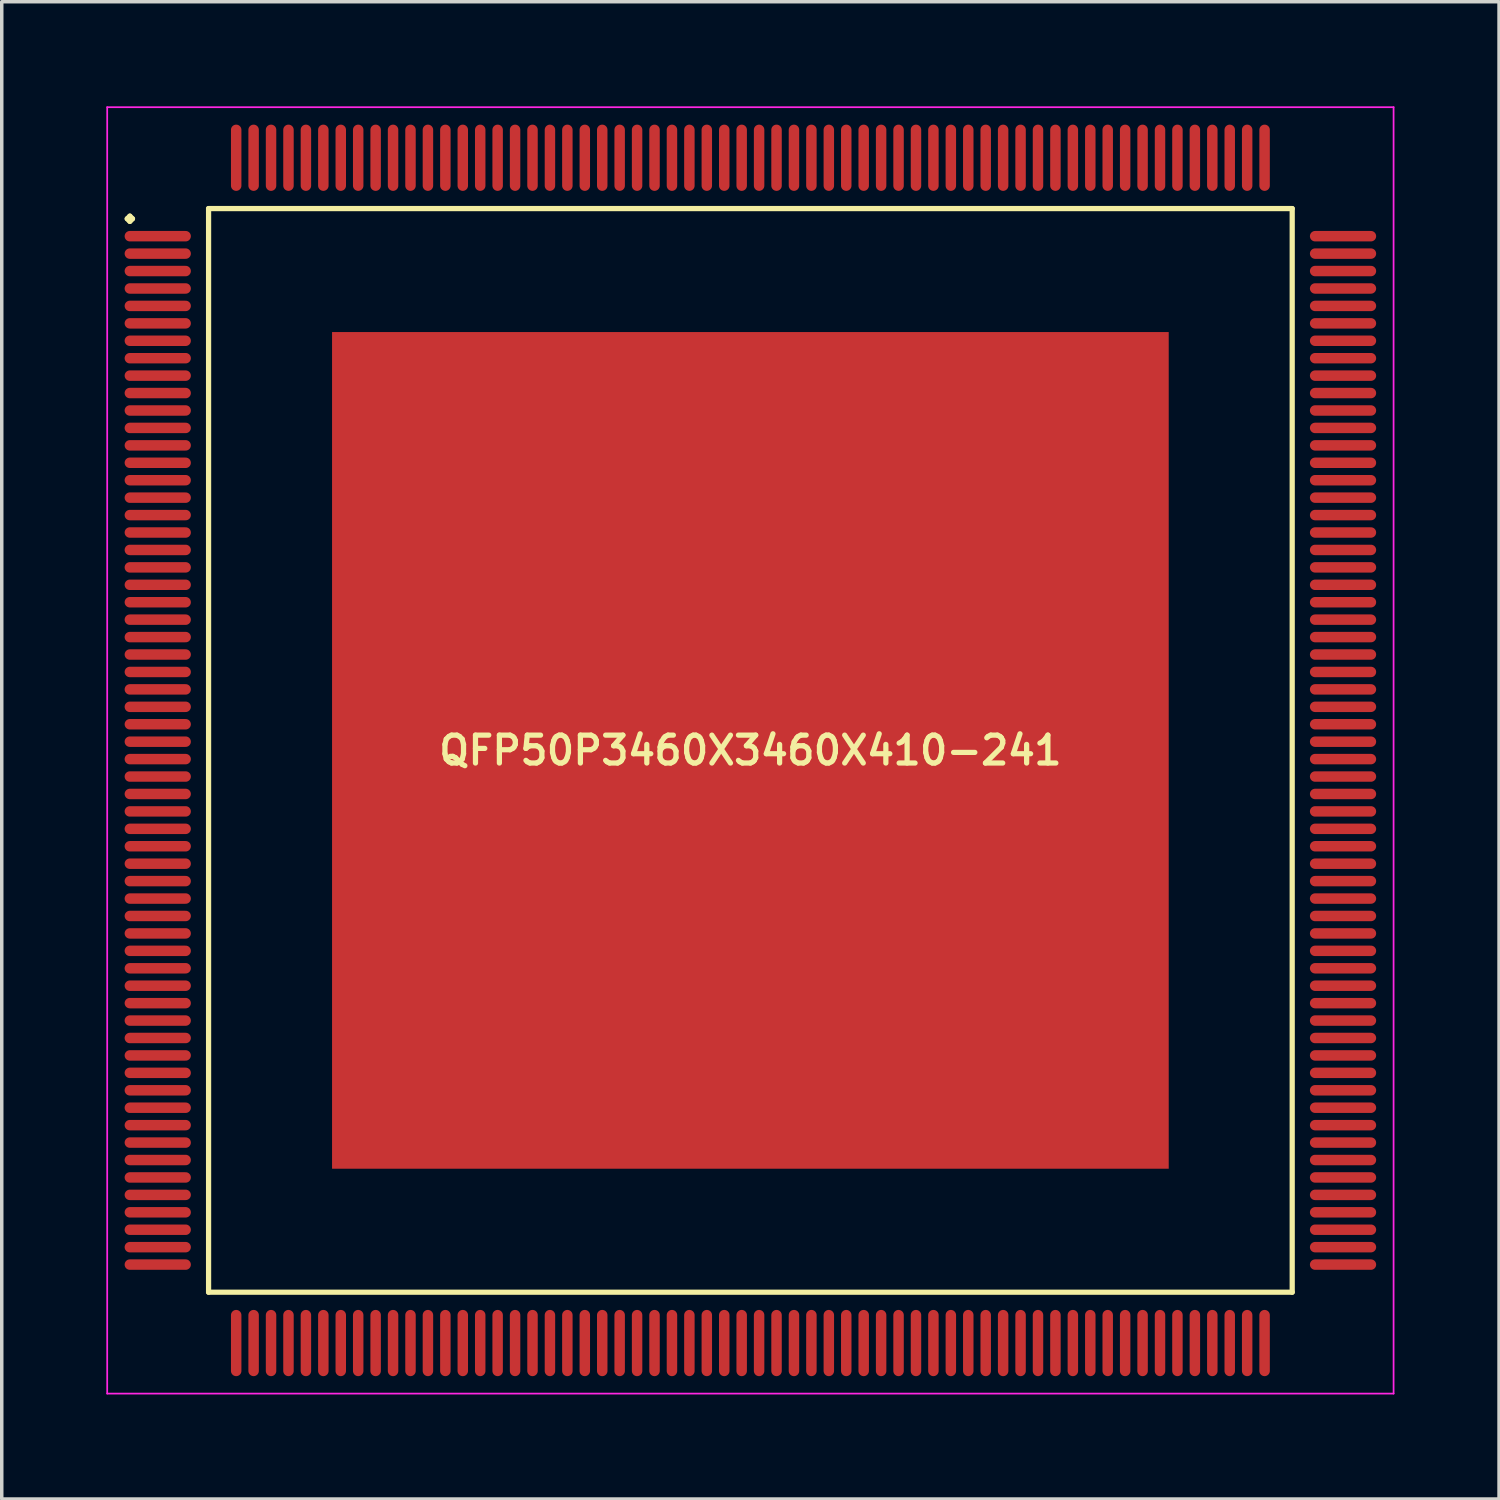
<source format=kicad_pcb>
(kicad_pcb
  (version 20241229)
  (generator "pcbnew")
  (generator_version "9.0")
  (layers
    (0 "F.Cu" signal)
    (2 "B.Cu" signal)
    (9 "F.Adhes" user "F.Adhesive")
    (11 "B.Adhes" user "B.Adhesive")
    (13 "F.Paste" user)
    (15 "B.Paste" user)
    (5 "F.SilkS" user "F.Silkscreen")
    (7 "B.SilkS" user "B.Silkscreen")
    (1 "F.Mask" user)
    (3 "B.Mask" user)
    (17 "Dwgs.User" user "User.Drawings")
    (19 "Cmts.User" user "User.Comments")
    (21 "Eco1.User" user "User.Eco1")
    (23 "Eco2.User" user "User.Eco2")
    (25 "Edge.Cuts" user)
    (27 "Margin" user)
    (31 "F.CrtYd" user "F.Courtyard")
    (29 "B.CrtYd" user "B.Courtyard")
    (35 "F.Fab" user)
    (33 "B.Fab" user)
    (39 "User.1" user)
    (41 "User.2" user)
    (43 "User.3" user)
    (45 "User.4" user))
  (footprint "QFP50P3460X3460X410-241"
    (layer "F.Cu")
    (at 18.475 18.475)
    (property "Reference" "QFP50P3460X3460X410-241" (at 0 0 0) (layer "F.SilkS") (effects (font (size 0.8 0.8) (thickness 0.15))))
    (attr smd)
    (fp_line (start -17.875 -15.25) (end -17.8 -15.325) (stroke (width 0.15) (type solid)) (layer "F.SilkS"))
    (fp_line (start -17.8 -15.325) (end -17.725 -15.25) (stroke (width 0.15) (type solid)) (layer "F.SilkS"))
    (fp_line (start -17.8 -15.175) (end -17.875 -15.25) (stroke (width 0.15) (type solid)) (layer "F.SilkS"))
    (fp_line (start -17.725 -15.25) (end -17.8 -15.175) (stroke (width 0.15) (type solid)) (layer "F.SilkS"))
    (fp_line (start -15.542 -15.542) (end -15.542 15.542) (stroke (width 0.15) (type solid)) (layer "F.SilkS"))
    (fp_line (start -15.542 15.542) (end 15.542 15.542) (stroke (width 0.15) (type solid)) (layer "F.SilkS"))
    (fp_line (start 15.542 -15.542) (end -15.542 -15.542) (stroke (width 0.15) (type solid)) (layer "F.SilkS"))
    (fp_line (start 15.542 15.542) (end 15.542 -15.542) (stroke (width 0.15) (type solid)) (layer "F.SilkS"))
    (fp_line (start -18.45 -18.45) (end 18.45 -18.45) (stroke (width 0.05) (type solid)) (layer "F.CrtYd"))
    (fp_line (start -18.45 18.45) (end -18.45 -18.45) (stroke (width 0.05) (type solid)) (layer "F.CrtYd"))
    (fp_line (start 18.45 -18.45) (end 18.45 18.45) (stroke (width 0.05) (type solid)) (layer "F.CrtYd"))
    (fp_line (start 18.45 18.45) (end -18.45 18.45) (stroke (width 0.05) (type solid)) (layer "F.CrtYd"))
    (pad "1" smd oval (at -17 -14.75) (size 1.9 0.3) (layers "F.Cu" "F.Mask" "F.Paste"))
    (pad "2" smd oval (at -17 -14.25) (size 1.9 0.3) (layers "F.Cu" "F.Mask" "F.Paste"))
    (pad "3" smd oval (at -17 -13.75) (size 1.9 0.3) (layers "F.Cu" "F.Mask" "F.Paste"))
    (pad "4" smd oval (at -17 -13.25) (size 1.9 0.3) (layers "F.Cu" "F.Mask" "F.Paste"))
    (pad "5" smd oval (at -17 -12.75) (size 1.9 0.3) (layers "F.Cu" "F.Mask" "F.Paste"))
    (pad "6" smd oval (at -17 -12.25) (size 1.9 0.3) (layers "F.Cu" "F.Mask" "F.Paste"))
    (pad "7" smd oval (at -17 -11.75) (size 1.9 0.3) (layers "F.Cu" "F.Mask" "F.Paste"))
    (pad "8" smd oval (at -17 -11.25) (size 1.9 0.3) (layers "F.Cu" "F.Mask" "F.Paste"))
    (pad "9" smd oval (at -17 -10.75) (size 1.9 0.3) (layers "F.Cu" "F.Mask" "F.Paste"))
    (pad "10" smd oval (at -17 -10.25) (size 1.9 0.3) (layers "F.Cu" "F.Mask" "F.Paste"))
    (pad "11" smd oval (at -17 -9.75) (size 1.9 0.3) (layers "F.Cu" "F.Mask" "F.Paste"))
    (pad "12" smd oval (at -17 -9.25) (size 1.9 0.3) (layers "F.Cu" "F.Mask" "F.Paste"))
    (pad "13" smd oval (at -17 -8.75) (size 1.9 0.3) (layers "F.Cu" "F.Mask" "F.Paste"))
    (pad "14" smd oval (at -17 -8.25) (size 1.9 0.3) (layers "F.Cu" "F.Mask" "F.Paste"))
    (pad "15" smd oval (at -17 -7.75) (size 1.9 0.3) (layers "F.Cu" "F.Mask" "F.Paste"))
    (pad "16" smd oval (at -17 -7.25) (size 1.9 0.3) (layers "F.Cu" "F.Mask" "F.Paste"))
    (pad "17" smd oval (at -17 -6.75) (size 1.9 0.3) (layers "F.Cu" "F.Mask" "F.Paste"))
    (pad "18" smd oval (at -17 -6.25) (size 1.9 0.3) (layers "F.Cu" "F.Mask" "F.Paste"))
    (pad "19" smd oval (at -17 -5.75) (size 1.9 0.3) (layers "F.Cu" "F.Mask" "F.Paste"))
    (pad "20" smd oval (at -17 -5.25) (size 1.9 0.3) (layers "F.Cu" "F.Mask" "F.Paste"))
    (pad "21" smd oval (at -17 -4.75) (size 1.9 0.3) (layers "F.Cu" "F.Mask" "F.Paste"))
    (pad "22" smd oval (at -17 -4.25) (size 1.9 0.3) (layers "F.Cu" "F.Mask" "F.Paste"))
    (pad "23" smd oval (at -17 -3.75) (size 1.9 0.3) (layers "F.Cu" "F.Mask" "F.Paste"))
    (pad "24" smd oval (at -17 -3.25) (size 1.9 0.3) (layers "F.Cu" "F.Mask" "F.Paste"))
    (pad "25" smd oval (at -17 -2.75) (size 1.9 0.3) (layers "F.Cu" "F.Mask" "F.Paste"))
    (pad "26" smd oval (at -17 -2.25) (size 1.9 0.3) (layers "F.Cu" "F.Mask" "F.Paste"))
    (pad "27" smd oval (at -17 -1.75) (size 1.9 0.3) (layers "F.Cu" "F.Mask" "F.Paste"))
    (pad "28" smd oval (at -17 -1.25) (size 1.9 0.3) (layers "F.Cu" "F.Mask" "F.Paste"))
    (pad "29" smd oval (at -17 -0.75) (size 1.9 0.3) (layers "F.Cu" "F.Mask" "F.Paste"))
    (pad "30" smd oval (at -17 -0.25) (size 1.9 0.3) (layers "F.Cu" "F.Mask" "F.Paste"))
    (pad "31" smd oval (at -17 0.25) (size 1.9 0.3) (layers "F.Cu" "F.Mask" "F.Paste"))
    (pad "32" smd oval (at -17 0.75) (size 1.9 0.3) (layers "F.Cu" "F.Mask" "F.Paste"))
    (pad "33" smd oval (at -17 1.25) (size 1.9 0.3) (layers "F.Cu" "F.Mask" "F.Paste"))
    (pad "34" smd oval (at -17 1.75) (size 1.9 0.3) (layers "F.Cu" "F.Mask" "F.Paste"))
    (pad "35" smd oval (at -17 2.25) (size 1.9 0.3) (layers "F.Cu" "F.Mask" "F.Paste"))
    (pad "36" smd oval (at -17 2.75) (size 1.9 0.3) (layers "F.Cu" "F.Mask" "F.Paste"))
    (pad "37" smd oval (at -17 3.25) (size 1.9 0.3) (layers "F.Cu" "F.Mask" "F.Paste"))
    (pad "38" smd oval (at -17 3.75) (size 1.9 0.3) (layers "F.Cu" "F.Mask" "F.Paste"))
    (pad "39" smd oval (at -17 4.25) (size 1.9 0.3) (layers "F.Cu" "F.Mask" "F.Paste"))
    (pad "40" smd oval (at -17 4.75) (size 1.9 0.3) (layers "F.Cu" "F.Mask" "F.Paste"))
    (pad "41" smd oval (at -17 5.25) (size 1.9 0.3) (layers "F.Cu" "F.Mask" "F.Paste"))
    (pad "42" smd oval (at -17 5.75) (size 1.9 0.3) (layers "F.Cu" "F.Mask" "F.Paste"))
    (pad "43" smd oval (at -17 6.25) (size 1.9 0.3) (layers "F.Cu" "F.Mask" "F.Paste"))
    (pad "44" smd oval (at -17 6.75) (size 1.9 0.3) (layers "F.Cu" "F.Mask" "F.Paste"))
    (pad "45" smd oval (at -17 7.25) (size 1.9 0.3) (layers "F.Cu" "F.Mask" "F.Paste"))
    (pad "46" smd oval (at -17 7.75) (size 1.9 0.3) (layers "F.Cu" "F.Mask" "F.Paste"))
    (pad "47" smd oval (at -17 8.25) (size 1.9 0.3) (layers "F.Cu" "F.Mask" "F.Paste"))
    (pad "48" smd oval (at -17 8.75) (size 1.9 0.3) (layers "F.Cu" "F.Mask" "F.Paste"))
    (pad "49" smd oval (at -17 9.25) (size 1.9 0.3) (layers "F.Cu" "F.Mask" "F.Paste"))
    (pad "50" smd oval (at -17 9.75) (size 1.9 0.3) (layers "F.Cu" "F.Mask" "F.Paste"))
    (pad "51" smd oval (at -17 10.25) (size 1.9 0.3) (layers "F.Cu" "F.Mask" "F.Paste"))
    (pad "52" smd oval (at -17 10.75) (size 1.9 0.3) (layers "F.Cu" "F.Mask" "F.Paste"))
    (pad "53" smd oval (at -17 11.25) (size 1.9 0.3) (layers "F.Cu" "F.Mask" "F.Paste"))
    (pad "54" smd oval (at -17 11.75) (size 1.9 0.3) (layers "F.Cu" "F.Mask" "F.Paste"))
    (pad "55" smd oval (at -17 12.25) (size 1.9 0.3) (layers "F.Cu" "F.Mask" "F.Paste"))
    (pad "56" smd oval (at -17 12.75) (size 1.9 0.3) (layers "F.Cu" "F.Mask" "F.Paste"))
    (pad "57" smd oval (at -17 13.25) (size 1.9 0.3) (layers "F.Cu" "F.Mask" "F.Paste"))
    (pad "58" smd oval (at -17 13.75) (size 1.9 0.3) (layers "F.Cu" "F.Mask" "F.Paste"))
    (pad "59" smd oval (at -17 14.25) (size 1.9 0.3) (layers "F.Cu" "F.Mask" "F.Paste"))
    (pad "60" smd oval (at -17 14.75) (size 1.9 0.3) (layers "F.Cu" "F.Mask" "F.Paste"))
    (pad "61" smd oval (at -14.75 17) (size 0.3 1.9) (layers "F.Cu" "F.Mask" "F.Paste"))
    (pad "62" smd oval (at -14.25 17) (size 0.3 1.9) (layers "F.Cu" "F.Mask" "F.Paste"))
    (pad "63" smd oval (at -13.75 17) (size 0.3 1.9) (layers "F.Cu" "F.Mask" "F.Paste"))
    (pad "64" smd oval (at -13.25 17) (size 0.3 1.9) (layers "F.Cu" "F.Mask" "F.Paste"))
    (pad "65" smd oval (at -12.75 17) (size 0.3 1.9) (layers "F.Cu" "F.Mask" "F.Paste"))
    (pad "66" smd oval (at -12.25 17) (size 0.3 1.9) (layers "F.Cu" "F.Mask" "F.Paste"))
    (pad "67" smd oval (at -11.75 17) (size 0.3 1.9) (layers "F.Cu" "F.Mask" "F.Paste"))
    (pad "68" smd oval (at -11.25 17) (size 0.3 1.9) (layers "F.Cu" "F.Mask" "F.Paste"))
    (pad "69" smd oval (at -10.75 17) (size 0.3 1.9) (layers "F.Cu" "F.Mask" "F.Paste"))
    (pad "70" smd oval (at -10.25 17) (size 0.3 1.9) (layers "F.Cu" "F.Mask" "F.Paste"))
    (pad "71" smd oval (at -9.75 17) (size 0.3 1.9) (layers "F.Cu" "F.Mask" "F.Paste"))
    (pad "72" smd oval (at -9.25 17) (size 0.3 1.9) (layers "F.Cu" "F.Mask" "F.Paste"))
    (pad "73" smd oval (at -8.75 17) (size 0.3 1.9) (layers "F.Cu" "F.Mask" "F.Paste"))
    (pad "74" smd oval (at -8.25 17) (size 0.3 1.9) (layers "F.Cu" "F.Mask" "F.Paste"))
    (pad "75" smd oval (at -7.75 17) (size 0.3 1.9) (layers "F.Cu" "F.Mask" "F.Paste"))
    (pad "76" smd oval (at -7.25 17) (size 0.3 1.9) (layers "F.Cu" "F.Mask" "F.Paste"))
    (pad "77" smd oval (at -6.75 17) (size 0.3 1.9) (layers "F.Cu" "F.Mask" "F.Paste"))
    (pad "78" smd oval (at -6.25 17) (size 0.3 1.9) (layers "F.Cu" "F.Mask" "F.Paste"))
    (pad "79" smd oval (at -5.75 17) (size 0.3 1.9) (layers "F.Cu" "F.Mask" "F.Paste"))
    (pad "80" smd oval (at -5.25 17) (size 0.3 1.9) (layers "F.Cu" "F.Mask" "F.Paste"))
    (pad "81" smd oval (at -4.75 17) (size 0.3 1.9) (layers "F.Cu" "F.Mask" "F.Paste"))
    (pad "82" smd oval (at -4.25 17) (size 0.3 1.9) (layers "F.Cu" "F.Mask" "F.Paste"))
    (pad "83" smd oval (at -3.75 17) (size 0.3 1.9) (layers "F.Cu" "F.Mask" "F.Paste"))
    (pad "84" smd oval (at -3.25 17) (size 0.3 1.9) (layers "F.Cu" "F.Mask" "F.Paste"))
    (pad "85" smd oval (at -2.75 17) (size 0.3 1.9) (layers "F.Cu" "F.Mask" "F.Paste"))
    (pad "86" smd oval (at -2.25 17) (size 0.3 1.9) (layers "F.Cu" "F.Mask" "F.Paste"))
    (pad "87" smd oval (at -1.75 17) (size 0.3 1.9) (layers "F.Cu" "F.Mask" "F.Paste"))
    (pad "88" smd oval (at -1.25 17) (size 0.3 1.9) (layers "F.Cu" "F.Mask" "F.Paste"))
    (pad "89" smd oval (at -0.75 17) (size 0.3 1.9) (layers "F.Cu" "F.Mask" "F.Paste"))
    (pad "90" smd oval (at -0.25 17) (size 0.3 1.9) (layers "F.Cu" "F.Mask" "F.Paste"))
    (pad "91" smd oval (at 0.25 17) (size 0.3 1.9) (layers "F.Cu" "F.Mask" "F.Paste"))
    (pad "92" smd oval (at 0.75 17) (size 0.3 1.9) (layers "F.Cu" "F.Mask" "F.Paste"))
    (pad "93" smd oval (at 1.25 17) (size 0.3 1.9) (layers "F.Cu" "F.Mask" "F.Paste"))
    (pad "94" smd oval (at 1.75 17) (size 0.3 1.9) (layers "F.Cu" "F.Mask" "F.Paste"))
    (pad "95" smd oval (at 2.25 17) (size 0.3 1.9) (layers "F.Cu" "F.Mask" "F.Paste"))
    (pad "96" smd oval (at 2.75 17) (size 0.3 1.9) (layers "F.Cu" "F.Mask" "F.Paste"))
    (pad "97" smd oval (at 3.25 17) (size 0.3 1.9) (layers "F.Cu" "F.Mask" "F.Paste"))
    (pad "98" smd oval (at 3.75 17) (size 0.3 1.9) (layers "F.Cu" "F.Mask" "F.Paste"))
    (pad "99" smd oval (at 4.25 17) (size 0.3 1.9) (layers "F.Cu" "F.Mask" "F.Paste"))
    (pad "100" smd oval (at 4.75 17) (size 0.3 1.9) (layers "F.Cu" "F.Mask" "F.Paste"))
    (pad "101" smd oval (at 5.25 17) (size 0.3 1.9) (layers "F.Cu" "F.Mask" "F.Paste"))
    (pad "102" smd oval (at 5.75 17) (size 0.3 1.9) (layers "F.Cu" "F.Mask" "F.Paste"))
    (pad "103" smd oval (at 6.25 17) (size 0.3 1.9) (layers "F.Cu" "F.Mask" "F.Paste"))
    (pad "104" smd oval (at 6.75 17) (size 0.3 1.9) (layers "F.Cu" "F.Mask" "F.Paste"))
    (pad "105" smd oval (at 7.25 17) (size 0.3 1.9) (layers "F.Cu" "F.Mask" "F.Paste"))
    (pad "106" smd oval (at 7.75 17) (size 0.3 1.9) (layers "F.Cu" "F.Mask" "F.Paste"))
    (pad "107" smd oval (at 8.25 17) (size 0.3 1.9) (layers "F.Cu" "F.Mask" "F.Paste"))
    (pad "108" smd oval (at 8.75 17) (size 0.3 1.9) (layers "F.Cu" "F.Mask" "F.Paste"))
    (pad "109" smd oval (at 9.25 17) (size 0.3 1.9) (layers "F.Cu" "F.Mask" "F.Paste"))
    (pad "110" smd oval (at 9.75 17) (size 0.3 1.9) (layers "F.Cu" "F.Mask" "F.Paste"))
    (pad "111" smd oval (at 10.25 17) (size 0.3 1.9) (layers "F.Cu" "F.Mask" "F.Paste"))
    (pad "112" smd oval (at 10.75 17) (size 0.3 1.9) (layers "F.Cu" "F.Mask" "F.Paste"))
    (pad "113" smd oval (at 11.25 17) (size 0.3 1.9) (layers "F.Cu" "F.Mask" "F.Paste"))
    (pad "114" smd oval (at 11.75 17) (size 0.3 1.9) (layers "F.Cu" "F.Mask" "F.Paste"))
    (pad "115" smd oval (at 12.25 17) (size 0.3 1.9) (layers "F.Cu" "F.Mask" "F.Paste"))
    (pad "116" smd oval (at 12.75 17) (size 0.3 1.9) (layers "F.Cu" "F.Mask" "F.Paste"))
    (pad "117" smd oval (at 13.25 17) (size 0.3 1.9) (layers "F.Cu" "F.Mask" "F.Paste"))
    (pad "118" smd oval (at 13.75 17) (size 0.3 1.9) (layers "F.Cu" "F.Mask" "F.Paste"))
    (pad "119" smd oval (at 14.25 17) (size 0.3 1.9) (layers "F.Cu" "F.Mask" "F.Paste"))
    (pad "120" smd oval (at 14.75 17) (size 0.3 1.9) (layers "F.Cu" "F.Mask" "F.Paste"))
    (pad "121" smd oval (at 17 14.75) (size 1.9 0.3) (layers "F.Cu" "F.Mask" "F.Paste"))
    (pad "122" smd oval (at 17 14.25) (size 1.9 0.3) (layers "F.Cu" "F.Mask" "F.Paste"))
    (pad "123" smd oval (at 17 13.75) (size 1.9 0.3) (layers "F.Cu" "F.Mask" "F.Paste"))
    (pad "124" smd oval (at 17 13.25) (size 1.9 0.3) (layers "F.Cu" "F.Mask" "F.Paste"))
    (pad "125" smd oval (at 17 12.75) (size 1.9 0.3) (layers "F.Cu" "F.Mask" "F.Paste"))
    (pad "126" smd oval (at 17 12.25) (size 1.9 0.3) (layers "F.Cu" "F.Mask" "F.Paste"))
    (pad "127" smd oval (at 17 11.75) (size 1.9 0.3) (layers "F.Cu" "F.Mask" "F.Paste"))
    (pad "128" smd oval (at 17 11.25) (size 1.9 0.3) (layers "F.Cu" "F.Mask" "F.Paste"))
    (pad "129" smd oval (at 17 10.75) (size 1.9 0.3) (layers "F.Cu" "F.Mask" "F.Paste"))
    (pad "130" smd oval (at 17 10.25) (size 1.9 0.3) (layers "F.Cu" "F.Mask" "F.Paste"))
    (pad "131" smd oval (at 17 9.75) (size 1.9 0.3) (layers "F.Cu" "F.Mask" "F.Paste"))
    (pad "132" smd oval (at 17 9.25) (size 1.9 0.3) (layers "F.Cu" "F.Mask" "F.Paste"))
    (pad "133" smd oval (at 17 8.75) (size 1.9 0.3) (layers "F.Cu" "F.Mask" "F.Paste"))
    (pad "134" smd oval (at 17 8.25) (size 1.9 0.3) (layers "F.Cu" "F.Mask" "F.Paste"))
    (pad "135" smd oval (at 17 7.75) (size 1.9 0.3) (layers "F.Cu" "F.Mask" "F.Paste"))
    (pad "136" smd oval (at 17 7.25) (size 1.9 0.3) (layers "F.Cu" "F.Mask" "F.Paste"))
    (pad "137" smd oval (at 17 6.75) (size 1.9 0.3) (layers "F.Cu" "F.Mask" "F.Paste"))
    (pad "138" smd oval (at 17 6.25) (size 1.9 0.3) (layers "F.Cu" "F.Mask" "F.Paste"))
    (pad "139" smd oval (at 17 5.75) (size 1.9 0.3) (layers "F.Cu" "F.Mask" "F.Paste"))
    (pad "140" smd oval (at 17 5.25) (size 1.9 0.3) (layers "F.Cu" "F.Mask" "F.Paste"))
    (pad "141" smd oval (at 17 4.75) (size 1.9 0.3) (layers "F.Cu" "F.Mask" "F.Paste"))
    (pad "142" smd oval (at 17 4.25) (size 1.9 0.3) (layers "F.Cu" "F.Mask" "F.Paste"))
    (pad "143" smd oval (at 17 3.75) (size 1.9 0.3) (layers "F.Cu" "F.Mask" "F.Paste"))
    (pad "144" smd oval (at 17 3.25) (size 1.9 0.3) (layers "F.Cu" "F.Mask" "F.Paste"))
    (pad "145" smd oval (at 17 2.75) (size 1.9 0.3) (layers "F.Cu" "F.Mask" "F.Paste"))
    (pad "146" smd oval (at 17 2.25) (size 1.9 0.3) (layers "F.Cu" "F.Mask" "F.Paste"))
    (pad "147" smd oval (at 17 1.75) (size 1.9 0.3) (layers "F.Cu" "F.Mask" "F.Paste"))
    (pad "148" smd oval (at 17 1.25) (size 1.9 0.3) (layers "F.Cu" "F.Mask" "F.Paste"))
    (pad "149" smd oval (at 17 0.75) (size 1.9 0.3) (layers "F.Cu" "F.Mask" "F.Paste"))
    (pad "150" smd oval (at 17 0.25) (size 1.9 0.3) (layers "F.Cu" "F.Mask" "F.Paste"))
    (pad "151" smd oval (at 17 -0.25) (size 1.9 0.3) (layers "F.Cu" "F.Mask" "F.Paste"))
    (pad "152" smd oval (at 17 -0.75) (size 1.9 0.3) (layers "F.Cu" "F.Mask" "F.Paste"))
    (pad "153" smd oval (at 17 -1.25) (size 1.9 0.3) (layers "F.Cu" "F.Mask" "F.Paste"))
    (pad "154" smd oval (at 17 -1.75) (size 1.9 0.3) (layers "F.Cu" "F.Mask" "F.Paste"))
    (pad "155" smd oval (at 17 -2.25) (size 1.9 0.3) (layers "F.Cu" "F.Mask" "F.Paste"))
    (pad "156" smd oval (at 17 -2.75) (size 1.9 0.3) (layers "F.Cu" "F.Mask" "F.Paste"))
    (pad "157" smd oval (at 17 -3.25) (size 1.9 0.3) (layers "F.Cu" "F.Mask" "F.Paste"))
    (pad "158" smd oval (at 17 -3.75) (size 1.9 0.3) (layers "F.Cu" "F.Mask" "F.Paste"))
    (pad "159" smd oval (at 17 -4.25) (size 1.9 0.3) (layers "F.Cu" "F.Mask" "F.Paste"))
    (pad "160" smd oval (at 17 -4.75) (size 1.9 0.3) (layers "F.Cu" "F.Mask" "F.Paste"))
    (pad "161" smd oval (at 17 -5.25) (size 1.9 0.3) (layers "F.Cu" "F.Mask" "F.Paste"))
    (pad "162" smd oval (at 17 -5.75) (size 1.9 0.3) (layers "F.Cu" "F.Mask" "F.Paste"))
    (pad "163" smd oval (at 17 -6.25) (size 1.9 0.3) (layers "F.Cu" "F.Mask" "F.Paste"))
    (pad "164" smd oval (at 17 -6.75) (size 1.9 0.3) (layers "F.Cu" "F.Mask" "F.Paste"))
    (pad "165" smd oval (at 17 -7.25) (size 1.9 0.3) (layers "F.Cu" "F.Mask" "F.Paste"))
    (pad "166" smd oval (at 17 -7.75) (size 1.9 0.3) (layers "F.Cu" "F.Mask" "F.Paste"))
    (pad "167" smd oval (at 17 -8.25) (size 1.9 0.3) (layers "F.Cu" "F.Mask" "F.Paste"))
    (pad "168" smd oval (at 17 -8.75) (size 1.9 0.3) (layers "F.Cu" "F.Mask" "F.Paste"))
    (pad "169" smd oval (at 17 -9.25) (size 1.9 0.3) (layers "F.Cu" "F.Mask" "F.Paste"))
    (pad "170" smd oval (at 17 -9.75) (size 1.9 0.3) (layers "F.Cu" "F.Mask" "F.Paste"))
    (pad "171" smd oval (at 17 -10.25) (size 1.9 0.3) (layers "F.Cu" "F.Mask" "F.Paste"))
    (pad "172" smd oval (at 17 -10.75) (size 1.9 0.3) (layers "F.Cu" "F.Mask" "F.Paste"))
    (pad "173" smd oval (at 17 -11.25) (size 1.9 0.3) (layers "F.Cu" "F.Mask" "F.Paste"))
    (pad "174" smd oval (at 17 -11.75) (size 1.9 0.3) (layers "F.Cu" "F.Mask" "F.Paste"))
    (pad "175" smd oval (at 17 -12.25) (size 1.9 0.3) (layers "F.Cu" "F.Mask" "F.Paste"))
    (pad "176" smd oval (at 17 -12.75) (size 1.9 0.3) (layers "F.Cu" "F.Mask" "F.Paste"))
    (pad "177" smd oval (at 17 -13.25) (size 1.9 0.3) (layers "F.Cu" "F.Mask" "F.Paste"))
    (pad "178" smd oval (at 17 -13.75) (size 1.9 0.3) (layers "F.Cu" "F.Mask" "F.Paste"))
    (pad "179" smd oval (at 17 -14.25) (size 1.9 0.3) (layers "F.Cu" "F.Mask" "F.Paste"))
    (pad "180" smd oval (at 17 -14.75) (size 1.9 0.3) (layers "F.Cu" "F.Mask" "F.Paste"))
    (pad "181" smd oval (at 14.75 -17) (size 0.3 1.9) (layers "F.Cu" "F.Mask" "F.Paste"))
    (pad "182" smd oval (at 14.25 -17) (size 0.3 1.9) (layers "F.Cu" "F.Mask" "F.Paste"))
    (pad "183" smd oval (at 13.75 -17) (size 0.3 1.9) (layers "F.Cu" "F.Mask" "F.Paste"))
    (pad "184" smd oval (at 13.25 -17) (size 0.3 1.9) (layers "F.Cu" "F.Mask" "F.Paste"))
    (pad "185" smd oval (at 12.75 -17) (size 0.3 1.9) (layers "F.Cu" "F.Mask" "F.Paste"))
    (pad "186" smd oval (at 12.25 -17) (size 0.3 1.9) (layers "F.Cu" "F.Mask" "F.Paste"))
    (pad "187" smd oval (at 11.75 -17) (size 0.3 1.9) (layers "F.Cu" "F.Mask" "F.Paste"))
    (pad "188" smd oval (at 11.25 -17) (size 0.3 1.9) (layers "F.Cu" "F.Mask" "F.Paste"))
    (pad "189" smd oval (at 10.75 -17) (size 0.3 1.9) (layers "F.Cu" "F.Mask" "F.Paste"))
    (pad "190" smd oval (at 10.25 -17) (size 0.3 1.9) (layers "F.Cu" "F.Mask" "F.Paste"))
    (pad "191" smd oval (at 9.75 -17) (size 0.3 1.9) (layers "F.Cu" "F.Mask" "F.Paste"))
    (pad "192" smd oval (at 9.25 -17) (size 0.3 1.9) (layers "F.Cu" "F.Mask" "F.Paste"))
    (pad "193" smd oval (at 8.75 -17) (size 0.3 1.9) (layers "F.Cu" "F.Mask" "F.Paste"))
    (pad "194" smd oval (at 8.25 -17) (size 0.3 1.9) (layers "F.Cu" "F.Mask" "F.Paste"))
    (pad "195" smd oval (at 7.75 -17) (size 0.3 1.9) (layers "F.Cu" "F.Mask" "F.Paste"))
    (pad "196" smd oval (at 7.25 -17) (size 0.3 1.9) (layers "F.Cu" "F.Mask" "F.Paste"))
    (pad "197" smd oval (at 6.75 -17) (size 0.3 1.9) (layers "F.Cu" "F.Mask" "F.Paste"))
    (pad "198" smd oval (at 6.25 -17) (size 0.3 1.9) (layers "F.Cu" "F.Mask" "F.Paste"))
    (pad "199" smd oval (at 5.75 -17) (size 0.3 1.9) (layers "F.Cu" "F.Mask" "F.Paste"))
    (pad "200" smd oval (at 5.25 -17) (size 0.3 1.9) (layers "F.Cu" "F.Mask" "F.Paste"))
    (pad "201" smd oval (at 4.75 -17) (size 0.3 1.9) (layers "F.Cu" "F.Mask" "F.Paste"))
    (pad "202" smd oval (at 4.25 -17) (size 0.3 1.9) (layers "F.Cu" "F.Mask" "F.Paste"))
    (pad "203" smd oval (at 3.75 -17) (size 0.3 1.9) (layers "F.Cu" "F.Mask" "F.Paste"))
    (pad "204" smd oval (at 3.25 -17) (size 0.3 1.9) (layers "F.Cu" "F.Mask" "F.Paste"))
    (pad "205" smd oval (at 2.75 -17) (size 0.3 1.9) (layers "F.Cu" "F.Mask" "F.Paste"))
    (pad "206" smd oval (at 2.25 -17) (size 0.3 1.9) (layers "F.Cu" "F.Mask" "F.Paste"))
    (pad "207" smd oval (at 1.75 -17) (size 0.3 1.9) (layers "F.Cu" "F.Mask" "F.Paste"))
    (pad "208" smd oval (at 1.25 -17) (size 0.3 1.9) (layers "F.Cu" "F.Mask" "F.Paste"))
    (pad "209" smd oval (at 0.75 -17) (size 0.3 1.9) (layers "F.Cu" "F.Mask" "F.Paste"))
    (pad "210" smd oval (at 0.25 -17) (size 0.3 1.9) (layers "F.Cu" "F.Mask" "F.Paste"))
    (pad "211" smd oval (at -0.25 -17) (size 0.3 1.9) (layers "F.Cu" "F.Mask" "F.Paste"))
    (pad "212" smd oval (at -0.75 -17) (size 0.3 1.9) (layers "F.Cu" "F.Mask" "F.Paste"))
    (pad "213" smd oval (at -1.25 -17) (size 0.3 1.9) (layers "F.Cu" "F.Mask" "F.Paste"))
    (pad "214" smd oval (at -1.75 -17) (size 0.3 1.9) (layers "F.Cu" "F.Mask" "F.Paste"))
    (pad "215" smd oval (at -2.25 -17) (size 0.3 1.9) (layers "F.Cu" "F.Mask" "F.Paste"))
    (pad "216" smd oval (at -2.75 -17) (size 0.3 1.9) (layers "F.Cu" "F.Mask" "F.Paste"))
    (pad "217" smd oval (at -3.25 -17) (size 0.3 1.9) (layers "F.Cu" "F.Mask" "F.Paste"))
    (pad "218" smd oval (at -3.75 -17) (size 0.3 1.9) (layers "F.Cu" "F.Mask" "F.Paste"))
    (pad "219" smd oval (at -4.25 -17) (size 0.3 1.9) (layers "F.Cu" "F.Mask" "F.Paste"))
    (pad "220" smd oval (at -4.75 -17) (size 0.3 1.9) (layers "F.Cu" "F.Mask" "F.Paste"))
    (pad "221" smd oval (at -5.25 -17) (size 0.3 1.9) (layers "F.Cu" "F.Mask" "F.Paste"))
    (pad "222" smd oval (at -5.75 -17) (size 0.3 1.9) (layers "F.Cu" "F.Mask" "F.Paste"))
    (pad "223" smd oval (at -6.25 -17) (size 0.3 1.9) (layers "F.Cu" "F.Mask" "F.Paste"))
    (pad "224" smd oval (at -6.75 -17) (size 0.3 1.9) (layers "F.Cu" "F.Mask" "F.Paste"))
    (pad "225" smd oval (at -7.25 -17) (size 0.3 1.9) (layers "F.Cu" "F.Mask" "F.Paste"))
    (pad "226" smd oval (at -7.75 -17) (size 0.3 1.9) (layers "F.Cu" "F.Mask" "F.Paste"))
    (pad "227" smd oval (at -8.25 -17) (size 0.3 1.9) (layers "F.Cu" "F.Mask" "F.Paste"))
    (pad "228" smd oval (at -8.75 -17) (size 0.3 1.9) (layers "F.Cu" "F.Mask" "F.Paste"))
    (pad "229" smd oval (at -9.25 -17) (size 0.3 1.9) (layers "F.Cu" "F.Mask" "F.Paste"))
    (pad "230" smd oval (at -9.75 -17) (size 0.3 1.9) (layers "F.Cu" "F.Mask" "F.Paste"))
    (pad "231" smd oval (at -10.25 -17) (size 0.3 1.9) (layers "F.Cu" "F.Mask" "F.Paste"))
    (pad "232" smd oval (at -10.75 -17) (size 0.3 1.9) (layers "F.Cu" "F.Mask" "F.Paste"))
    (pad "233" smd oval (at -11.25 -17) (size 0.3 1.9) (layers "F.Cu" "F.Mask" "F.Paste"))
    (pad "234" smd oval (at -11.75 -17) (size 0.3 1.9) (layers "F.Cu" "F.Mask" "F.Paste"))
    (pad "235" smd oval (at -12.25 -17) (size 0.3 1.9) (layers "F.Cu" "F.Mask" "F.Paste"))
    (pad "236" smd oval (at -12.75 -17) (size 0.3 1.9) (layers "F.Cu" "F.Mask" "F.Paste"))
    (pad "237" smd oval (at -13.25 -17) (size 0.3 1.9) (layers "F.Cu" "F.Mask" "F.Paste"))
    (pad "238" smd oval (at -13.75 -17) (size 0.3 1.9) (layers "F.Cu" "F.Mask" "F.Paste"))
    (pad "239" smd oval (at -14.25 -17) (size 0.3 1.9) (layers "F.Cu" "F.Mask" "F.Paste"))
    (pad "240" smd oval (at -14.75 -17) (size 0.3 1.9) (layers "F.Cu" "F.Mask" "F.Paste"))
    (pad "241" smd rect (at 0 0) (size 24 24) (layers "F.Cu" "F.Mask" "F.Paste")))
  (gr_rect
    (start -3 -3)
    (end 39.95 39.95)
    (stroke (width 0.1) (type default))
    (fill no)
    (layer "Edge.Cuts")))
</source>
